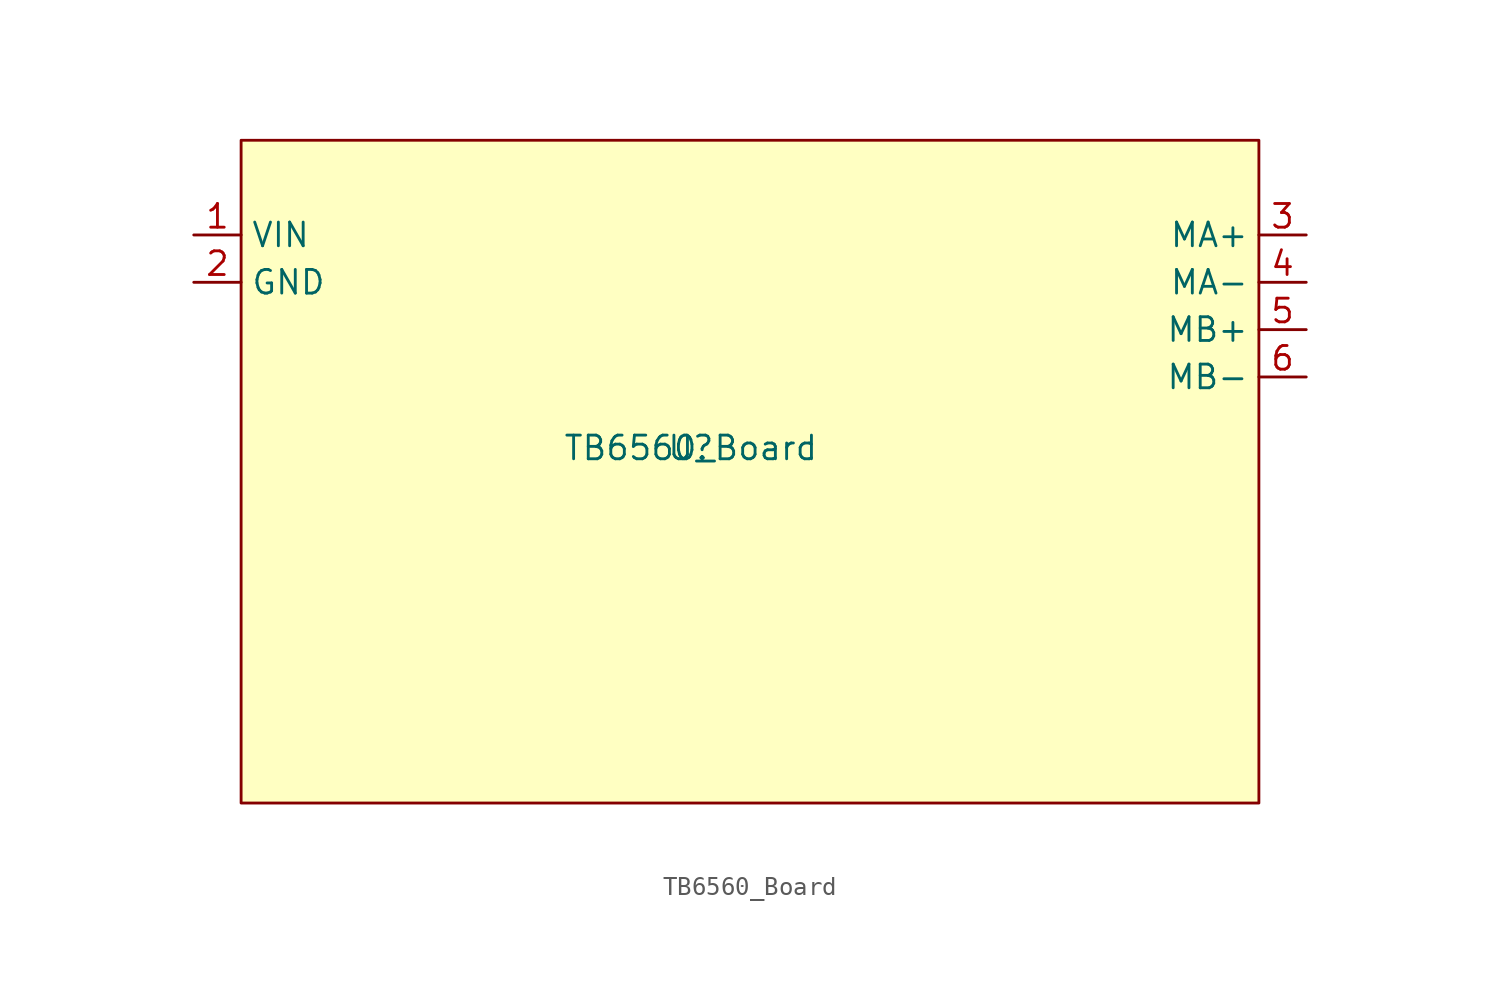
<source format=kicad_sym>
(kicad_symbol_lib
  (version 20211014)
  (generator kicad_symbol_editor)
  (symbol "TB6560_Board"
    (property "Reference" "U"
      (at 0 0 0)
      (effects (font (size 1.27 1.27))))
    (property "Value" "TB6560_Board"
      (at 0 0 0)
      (effects (font (size 1.27 1.27))))
    (symbol "TB6560_Board_0_1"
      (rectangle (start 30.48 -19.05) (end -24.13 16.51) (stroke (width 0) (type default) (color 0 0 0 0)) (fill (type background))))
    (symbol "TB6560_Board_1_1"
      (pin power_in line (at -26.67 11.43 0) (length 2.54) (name "VIN" (effects (font (size 1.27 1.27)))) (number "1" (effects (font (size 1.27 1.27)))))
      (pin power_in line (at -26.67 8.89 0) (length 2.54) (name "GND" (effects (font (size 1.27 1.27)))) (number "2" (effects (font (size 1.27 1.27)))))
      (pin output line (at 33.02 11.43 180) (length 2.54) (name "MA+" (effects (font (size 1.27 1.27)))) (number "3" (effects (font (size 1.27 1.27)))))
      (pin output line (at 33.02 8.89 180) (length 2.54) (name "MA-" (effects (font (size 1.27 1.27)))) (number "4" (effects (font (size 1.27 1.27)))))
      (pin output line (at 33.02 6.35 180) (length 2.54) (name "MB+" (effects (font (size 1.27 1.27)))) (number "5" (effects (font (size 1.27 1.27)))))
      (pin output line (at 33.02 3.81 180) (length 2.54) (name "MB-" (effects (font (size 1.27 1.27)))) (number "6" (effects (font (size 1.27 1.27))))))))
</source>
